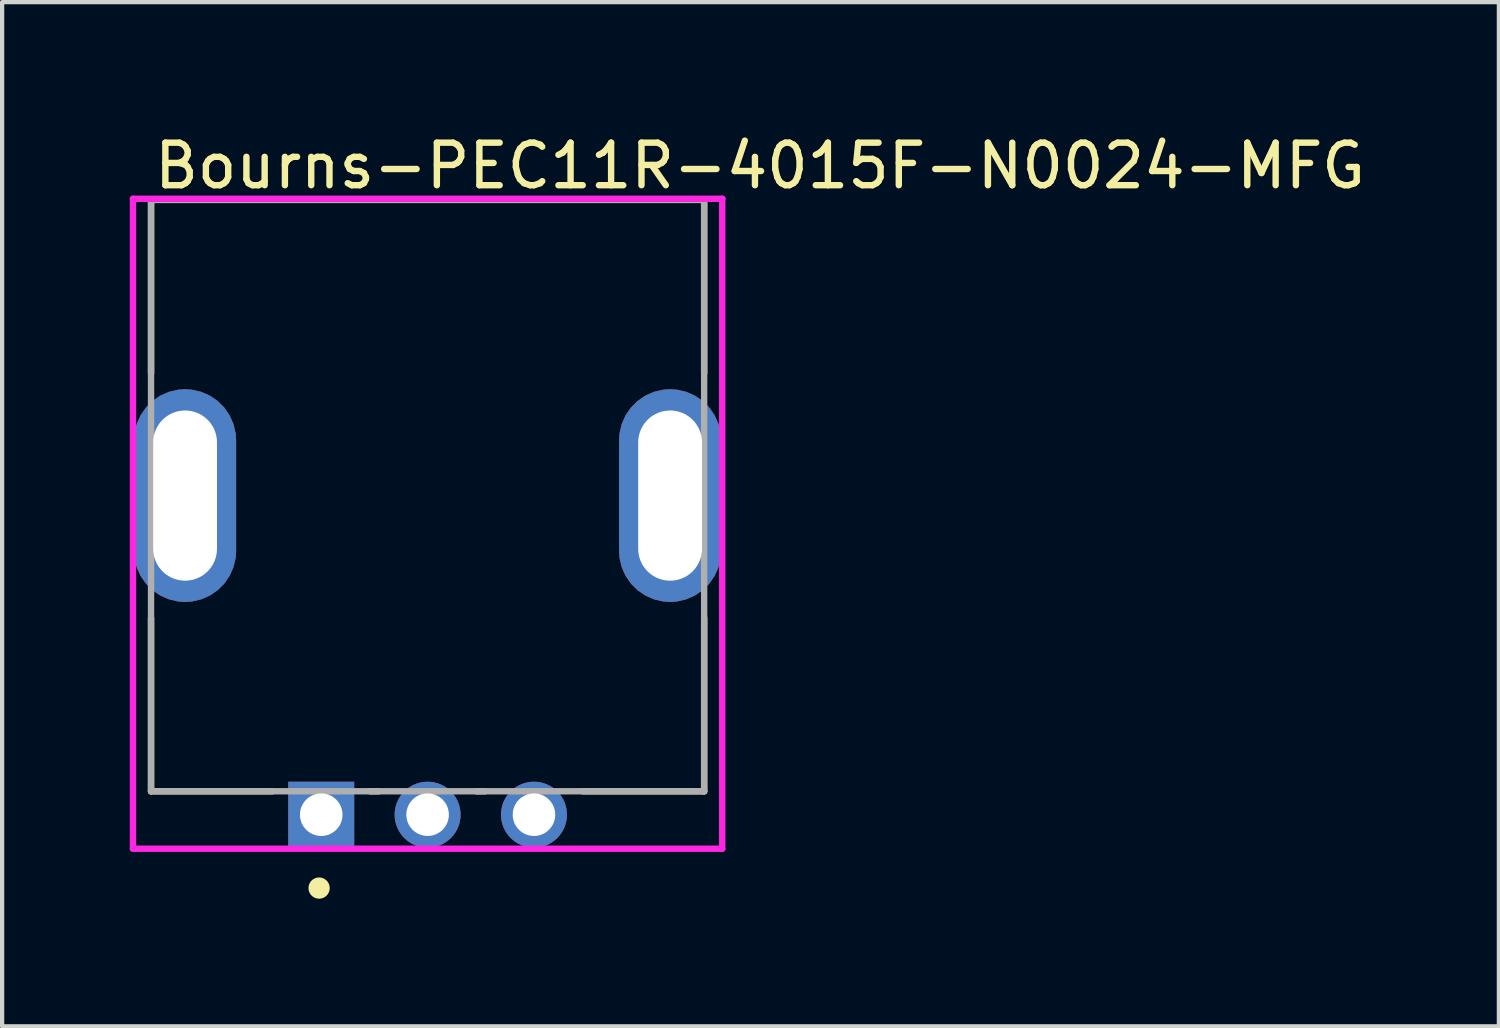
<source format=kicad_pcb>
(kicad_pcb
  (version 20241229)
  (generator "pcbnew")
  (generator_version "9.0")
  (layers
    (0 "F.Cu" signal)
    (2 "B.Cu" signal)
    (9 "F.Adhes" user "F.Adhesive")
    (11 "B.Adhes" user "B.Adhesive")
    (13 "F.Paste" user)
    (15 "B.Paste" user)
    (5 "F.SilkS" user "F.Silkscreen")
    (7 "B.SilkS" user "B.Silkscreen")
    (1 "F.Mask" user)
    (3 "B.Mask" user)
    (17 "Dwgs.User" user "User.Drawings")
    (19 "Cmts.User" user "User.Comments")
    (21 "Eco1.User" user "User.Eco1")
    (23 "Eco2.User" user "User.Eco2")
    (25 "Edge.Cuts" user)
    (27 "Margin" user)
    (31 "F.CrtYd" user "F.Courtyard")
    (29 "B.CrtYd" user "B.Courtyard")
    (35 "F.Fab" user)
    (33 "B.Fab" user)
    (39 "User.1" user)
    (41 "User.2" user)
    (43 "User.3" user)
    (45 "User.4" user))
  (footprint "Bourns-PEC11R-4015F-N0024-MFG"
    (layer "F.Cu")
    (at 7 8.598)
    (property "Reference" "Bourns-PEC11R-4015F-N0024-MFG" (at -6.5 -7.75 0) (layer "F.SilkS") (effects (font (size 1 1) (thickness 0.15)) (justify left)))
    (attr through_hole)
    (fp_line (start -6.5 -6.95) (end 6.5 -6.95) (stroke (width 0.15) (type solid)) (layer "F.SilkS"))
    (fp_line (start -6.5 -2.875) (end -6.5 -6.95) (stroke (width 0.15) (type solid)) (layer "F.SilkS"))
    (fp_line (start -6.5 6.95) (end -6.5 2.875) (stroke (width 0.15) (type solid)) (layer "F.SilkS"))
    (fp_line (start -6.5 6.95) (end -3.65 6.95) (stroke (width 0.15) (type solid)) (layer "F.SilkS"))
    (fp_line (start -1.35 6.95) (end -1.15 6.95) (stroke (width 0.15) (type solid)) (layer "F.SilkS"))
    (fp_line (start 1.15 6.95) (end 1.35 6.95) (stroke (width 0.15) (type solid)) (layer "F.SilkS"))
    (fp_line (start 3.65 6.95) (end 6.5 6.95) (stroke (width 0.15) (type solid)) (layer "F.SilkS"))
    (fp_line (start 6.5 -2.875) (end 6.5 -6.95) (stroke (width 0.15) (type solid)) (layer "F.SilkS"))
    (fp_line (start 6.5 6.95) (end 6.5 2.875) (stroke (width 0.15) (type solid)) (layer "F.SilkS"))
    (fp_circle (center -2.55 9.225) (end -2.425 9.225) (stroke (width 0.25) (type solid)) (fill no) (layer "F.SilkS"))
    (fp_line (start -6.925 -6.975) (end -6.925 8.3) (stroke (width 0.15) (type solid)) (layer "F.CrtYd"))
    (fp_line (start -6.925 8.3) (end 6.925 8.3) (stroke (width 0.15) (type solid)) (layer "F.CrtYd"))
    (fp_line (start 6.925 -6.975) (end -6.925 -6.975) (stroke (width 0.15) (type solid)) (layer "F.CrtYd"))
    (fp_line (start 6.925 -6.975) (end 6.925 -6.975) (stroke (width 0.15) (type solid)) (layer "F.CrtYd"))
    (fp_line (start 6.925 8.3) (end 6.925 -6.975) (stroke (width 0.15) (type solid)) (layer "F.CrtYd"))
    (fp_line (start -6.5 -6.95) (end 6.5 -6.95) (stroke (width 0.15) (type solid)) (layer "F.Fab"))
    (fp_line (start -6.5 6.95) (end -6.5 -6.95) (stroke (width 0.15) (type solid)) (layer "F.Fab"))
    (fp_line (start 6.5 -6.95) (end 6.5 6.95) (stroke (width 0.15) (type solid)) (layer "F.Fab"))
    (fp_line (start 6.5 6.95) (end -6.5 6.95) (stroke (width 0.15) (type solid)) (layer "F.Fab"))
    (pad "1" thru_hole roundrect (at -5.7 0) (size 2.4 5) (drill oval 1.5 4) (layers "*.Cu") (roundrect_rratio 0.5))
    (pad "2" thru_hole roundrect (at 5.7 0) (size 2.4 5) (drill oval 1.5 4) (layers "*.Cu") (roundrect_rratio 0.5))
    (pad "A" thru_hole rect (at -2.5 7.5) (size 1.55 1.55) (drill 1) (layers "*.Cu"))
    (pad "B" thru_hole circle (at 2.5 7.5) (size 1.55 1.55) (drill 1) (layers "*.Cu"))
    (pad "C" thru_hole circle (at 0 7.5) (size 1.55 1.55) (drill 1) (layers "*.Cu")))
  (gr_rect
    (start -3 -3)
    (end 32.179 21.073)
    (stroke (width 0.1) (type default))
    (fill no)
    (layer "Edge.Cuts")))
</source>
